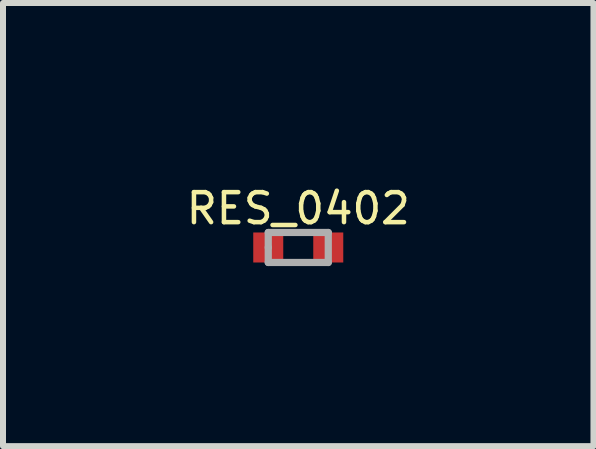
<source format=kicad_pcb>
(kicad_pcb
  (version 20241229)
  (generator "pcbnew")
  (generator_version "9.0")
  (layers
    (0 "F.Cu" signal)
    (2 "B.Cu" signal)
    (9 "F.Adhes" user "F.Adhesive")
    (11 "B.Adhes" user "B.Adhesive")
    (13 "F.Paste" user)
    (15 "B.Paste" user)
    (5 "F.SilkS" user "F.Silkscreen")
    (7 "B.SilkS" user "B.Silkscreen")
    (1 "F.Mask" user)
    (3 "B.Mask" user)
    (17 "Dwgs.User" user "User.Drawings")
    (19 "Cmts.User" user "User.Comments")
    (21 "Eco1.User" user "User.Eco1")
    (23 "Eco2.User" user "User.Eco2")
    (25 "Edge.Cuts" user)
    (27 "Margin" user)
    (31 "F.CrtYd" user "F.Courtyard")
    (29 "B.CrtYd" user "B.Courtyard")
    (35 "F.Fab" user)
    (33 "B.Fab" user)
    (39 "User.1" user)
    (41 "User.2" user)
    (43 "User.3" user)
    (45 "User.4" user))
  (footprint "RES_0402"
    (layer "F.Cu")
    (at 1.92 1.074)
    (property "Reference" "RES_0402" (at 0 -0.65 0) (layer "F.SilkS") (effects (font (size 0.5 0.5) (thickness 0.075))))
    (attr smd)
    (fp_line (start -0.5 -0.25) (end 0.5 -0.25) (stroke (width 0.12) (type solid)) (layer "F.Fab"))
    (fp_line (start -0.5 0) (end -0.5 -0.25) (stroke (width 0.12) (type solid)) (layer "F.Fab"))
    (fp_line (start -0.5 0.25) (end -0.5 0) (stroke (width 0.12) (type solid)) (layer "F.Fab"))
    (fp_line (start 0.5 -0.25) (end 0.5 0.25) (stroke (width 0.12) (type solid)) (layer "F.Fab"))
    (fp_line (start 0.5 0.25) (end -0.5 0.25) (stroke (width 0.12) (type solid)) (layer "F.Fab"))
    (pad "1" smd rect (at -0.5 0) (size 0.5 0.5) (layers "F.Cu" "F.Mask" "F.Paste"))
    (pad "2" smd rect (at 0.5 0) (size 0.5 0.5) (layers "F.Cu" "F.Mask" "F.Paste")))
  (gr_rect
    (start -3 -3)
    (end 6.839 4.384)
    (stroke (width 0.1) (type default))
    (fill no)
    (layer "Edge.Cuts")))
</source>
